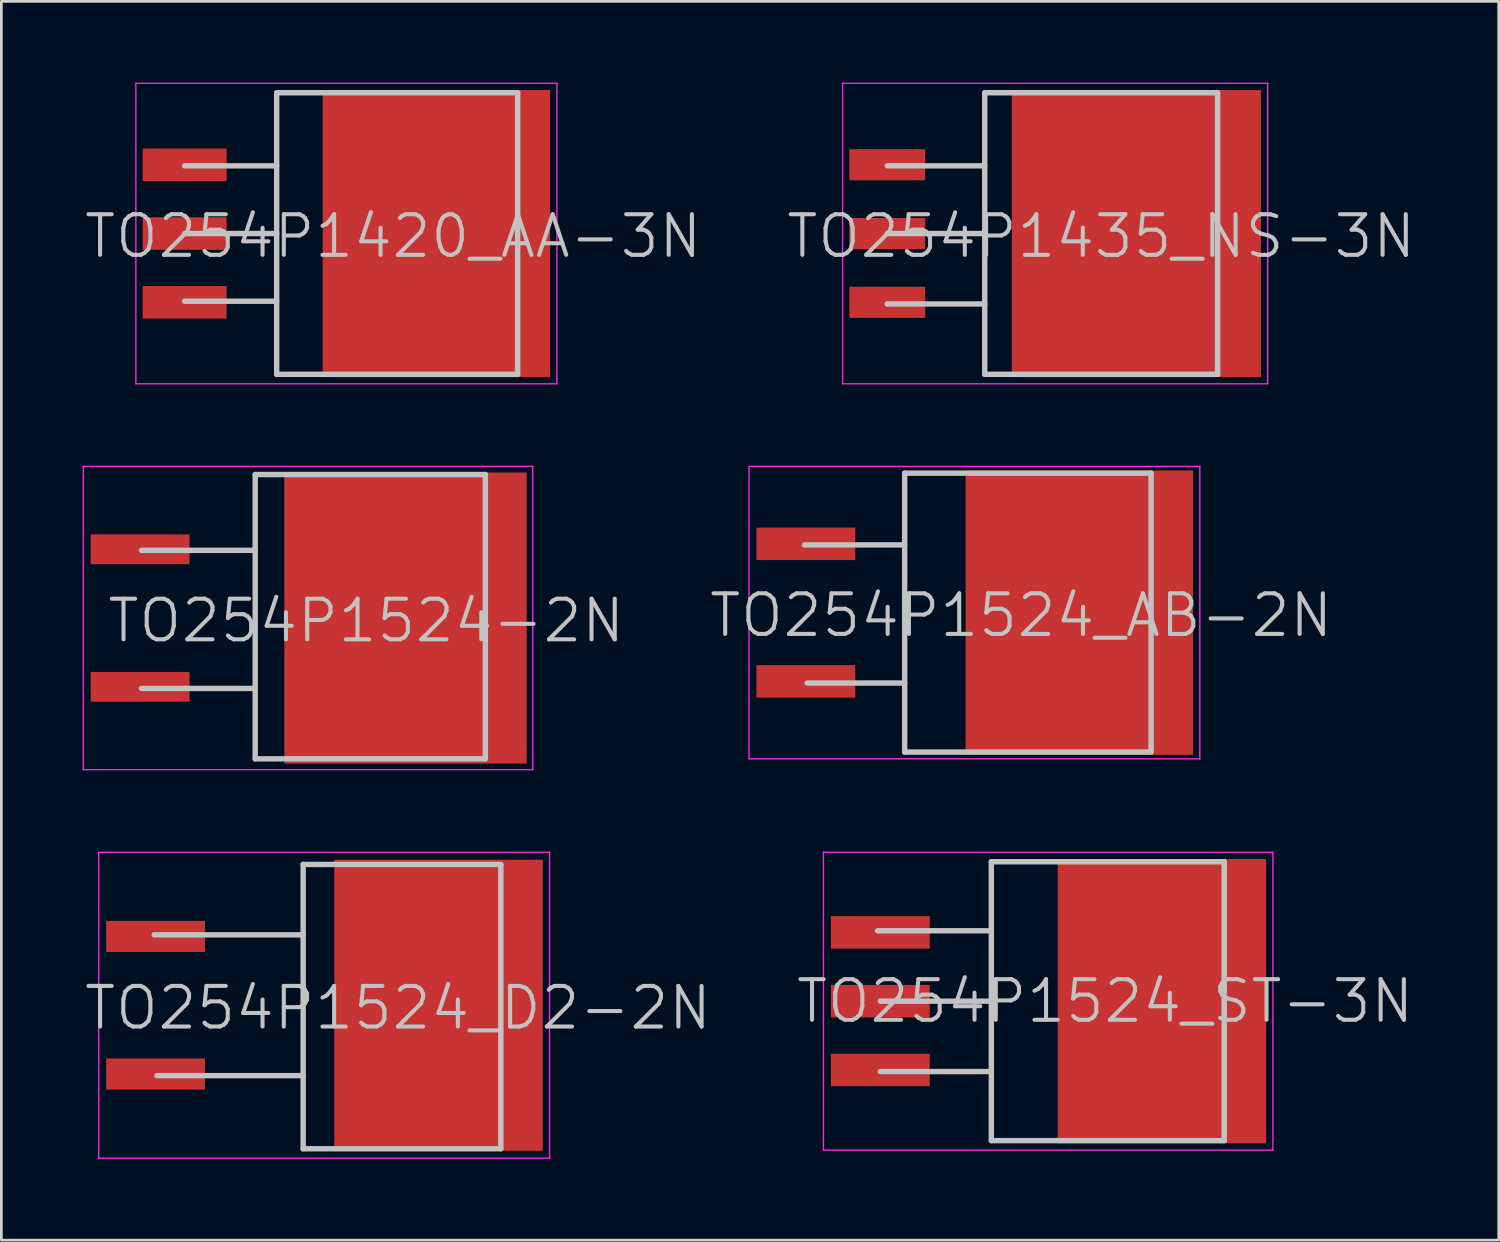
<source format=kicad_pcb>
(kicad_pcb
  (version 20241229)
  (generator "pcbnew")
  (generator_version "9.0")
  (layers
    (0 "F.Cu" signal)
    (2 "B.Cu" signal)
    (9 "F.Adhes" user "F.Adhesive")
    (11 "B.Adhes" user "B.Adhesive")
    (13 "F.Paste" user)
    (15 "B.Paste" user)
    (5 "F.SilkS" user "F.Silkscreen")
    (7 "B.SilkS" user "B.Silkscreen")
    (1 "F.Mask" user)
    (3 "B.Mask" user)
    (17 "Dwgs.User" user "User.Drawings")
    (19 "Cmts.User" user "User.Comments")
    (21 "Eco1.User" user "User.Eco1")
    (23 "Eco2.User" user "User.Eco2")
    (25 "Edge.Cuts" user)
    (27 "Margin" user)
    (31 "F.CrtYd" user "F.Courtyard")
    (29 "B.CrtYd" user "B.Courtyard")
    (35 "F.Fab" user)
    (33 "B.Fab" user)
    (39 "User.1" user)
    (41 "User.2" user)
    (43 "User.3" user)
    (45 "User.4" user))
  (footprint "TO254P1524_ST-3N"
    (layer "F.Cu")
    (at 35.661 33.925)
    (property "Reference" "TO254P1524_ST-3N" (at 2.1 0 180) (layer "Dwgs.User") (effects (font (size 1.5 1.5) (thickness 0.15))))
    (attr smd)
    (fp_line (start -6.3 -2.6) (end -2.1 -2.6) (stroke (width 0.2) (type solid)) (layer "Dwgs.User"))
    (fp_line (start -6.2 0) (end -2.1 0) (stroke (width 0.2) (type solid)) (layer "Dwgs.User"))
    (fp_line (start -6.2 2.6) (end -2.1 2.6) (stroke (width 0.2) (type solid)) (layer "Dwgs.User"))
    (fp_line (start -2.1 -5.15) (end -2.1 5.15) (stroke (width 0.2) (type solid)) (layer "Dwgs.User"))
    (fp_line (start -2.1 -5.15) (end 6.5 -5.15) (stroke (width 0.2) (type solid)) (layer "Dwgs.User"))
    (fp_line (start -2.1 5.15) (end 6.5 5.15) (stroke (width 0.2) (type solid)) (layer "Dwgs.User"))
    (fp_line (start 6.5 -5.15) (end 6.5 5.15) (stroke (width 0.2) (type solid)) (layer "Dwgs.User"))
    (fp_line (start -8.3 -5.5) (end -8.3 5.5) (stroke (width 0.05) (type solid)) (layer "F.CrtYd"))
    (fp_line (start 8.3 -5.5) (end -8.3 -5.5) (stroke (width 0.05) (type solid)) (layer "F.CrtYd"))
    (fp_line (start 8.3 -5.5) (end 8.3 5.5) (stroke (width 0.05) (type solid)) (layer "F.CrtYd"))
    (fp_line (start 8.3 5.5) (end -8.3 5.5) (stroke (width 0.05) (type solid)) (layer "F.CrtYd"))
    (pad "1" smd rect (at -6.2 -2.54 270) (size 1.2 3.65) (layers "F.Cu" "F.Mask" "F.Paste"))
    (pad "2" smd rect (at -6.2 0 270) (size 1.2 3.65) (layers "F.Cu" "F.Mask" "F.Paste"))
    (pad "3" smd rect (at -6.2 2.54 270) (size 1.2 3.65) (layers "F.Cu" "F.Mask" "F.Paste"))
    (pad "4" smd rect (at 4.2 0 270) (size 10.5 7.7) (layers "F.Cu" "F.Mask" "F.Paste")))
  (footprint "TO254P1524_D2-2N"
    (layer "F.Cu")
    (at 8.946 34.075)
    (property "Reference" "TO254P1524_D2-2N" (at 2.7 0.1 180) (layer "Dwgs.User") (effects (font (size 1.5 1.5) (thickness 0.15))))
    (attr smd)
    (fp_line (start -6.3 -2.6) (end -0.8 -2.6) (stroke (width 0.2) (type solid)) (layer "Dwgs.User"))
    (fp_line (start -6.2 2.6) (end -0.8 2.6) (stroke (width 0.2) (type solid)) (layer "Dwgs.User"))
    (fp_line (start -0.8 -5.2) (end -0.8 5.3) (stroke (width 0.2) (type solid)) (layer "Dwgs.User"))
    (fp_line (start -0.8 -5.2) (end 6.5 -5.2) (stroke (width 0.2) (type solid)) (layer "Dwgs.User"))
    (fp_line (start -0.8 5.3) (end 6.5 5.3) (stroke (width 0.2) (type solid)) (layer "Dwgs.User"))
    (fp_line (start 6.5 -5.2) (end 6.5 5.3) (stroke (width 0.2) (type solid)) (layer "Dwgs.User"))
    (fp_line (start -8.35 -5.65) (end -8.35 5.65) (stroke (width 0.05) (type solid)) (layer "F.CrtYd"))
    (fp_line (start 8.3 -5.65) (end -8.35 -5.65) (stroke (width 0.05) (type solid)) (layer "F.CrtYd"))
    (fp_line (start 8.3 -5.65) (end 8.3 5.65) (stroke (width 0.05) (type solid)) (layer "F.CrtYd"))
    (fp_line (start 8.3 5.65) (end -8.35 5.65) (stroke (width 0.05) (type solid)) (layer "F.CrtYd"))
    (pad "1" smd rect (at -6.25 -2.54 270) (size 1.15 3.65) (layers "F.Cu" "F.Mask" "F.Paste"))
    (pad "3" smd rect (at -6.25 2.54 270) (size 1.15 3.65) (layers "F.Cu" "F.Mask" "F.Paste"))
    (pad "4" smd rect (at 4.2 0 270) (size 10.75 7.7) (layers "F.Cu" "F.Mask" "F.Paste")))
  (footprint "TO254P1524-2N"
    (layer "F.Cu")
    (at 8.375 19.775)
    (property "Reference" "TO254P1524-2N" (at 2.1 0.1 180) (layer "Dwgs.User") (effects (font (size 1.5 1.5) (thickness 0.15))))
    (attr smd)
    (fp_line (start -6.2 -2.5) (end -2 -2.5) (stroke (width 0.2) (type solid)) (layer "Dwgs.User"))
    (fp_line (start -6.2 2.6) (end -2 2.6) (stroke (width 0.2) (type solid)) (layer "Dwgs.User"))
    (fp_line (start -2 -5.3) (end -2 5.2) (stroke (width 0.2) (type solid)) (layer "Dwgs.User"))
    (fp_line (start -2 -5.3) (end 6.5 -5.3) (stroke (width 0.2) (type solid)) (layer "Dwgs.User"))
    (fp_line (start -2 5.2) (end 6.5 5.2) (stroke (width 0.2) (type solid)) (layer "Dwgs.User"))
    (fp_line (start 6.5 -5.3) (end 6.5 5.2) (stroke (width 0.2) (type solid)) (layer "Dwgs.User"))
    (fp_line (start -8.35 -5.6) (end -8.35 5.6) (stroke (width 0.05) (type solid)) (layer "F.CrtYd"))
    (fp_line (start 8.25 -5.6) (end -8.35 -5.6) (stroke (width 0.05) (type solid)) (layer "F.CrtYd"))
    (fp_line (start 8.25 -5.6) (end 8.25 5.6) (stroke (width 0.05) (type solid)) (layer "F.CrtYd"))
    (fp_line (start 8.25 5.6) (end -8.35 5.6) (stroke (width 0.05) (type solid)) (layer "F.CrtYd"))
    (pad "1" smd rect (at -6.25 -2.54 270) (size 1.1 3.65) (layers "F.Cu" "F.Mask" "F.Paste"))
    (pad "3" smd rect (at -6.25 2.54 270) (size 1.1 3.65) (layers "F.Cu" "F.Mask" "F.Paste"))
    (pad "4" smd rect (at 3.55 0 270) (size 10.75 8.95) (layers "F.Cu" "F.Mask" "F.Paste")))
  (footprint "TO254P1435_NS-3N"
    (layer "F.Cu")
    (at 35.918 5.575)
    (property "Reference" "TO254P1435_NS-3N" (at 1.7 0.1 180) (layer "Dwgs.User") (effects (font (size 1.5 1.5) (thickness 0.15))))
    (attr smd)
    (fp_line (start -6.2 -2.5) (end -2.6 -2.5) (stroke (width 0.2) (type solid)) (layer "Dwgs.User"))
    (fp_line (start -6.2 0) (end -2.6 0) (stroke (width 0.2) (type solid)) (layer "Dwgs.User"))
    (fp_line (start -6.2 2.6) (end -2.6 2.6) (stroke (width 0.2) (type solid)) (layer "Dwgs.User"))
    (fp_line (start -2.6 -5.2) (end -2.6 5.2) (stroke (width 0.2) (type solid)) (layer "Dwgs.User"))
    (fp_line (start -2.6 -5.2) (end 6 -5.2) (stroke (width 0.2) (type solid)) (layer "Dwgs.User"))
    (fp_line (start -2.6 5.2) (end 6 5.2) (stroke (width 0.2) (type solid)) (layer "Dwgs.User"))
    (fp_line (start 6 -5.2) (end 6 5.2) (stroke (width 0.2) (type solid)) (layer "Dwgs.User"))
    (fp_line (start -7.85 -5.55) (end -7.85 5.55) (stroke (width 0.05) (type solid)) (layer "F.CrtYd"))
    (fp_line (start 7.85 -5.55) (end -7.85 -5.55) (stroke (width 0.05) (type solid)) (layer "F.CrtYd"))
    (fp_line (start 7.85 -5.55) (end 7.85 5.55) (stroke (width 0.05) (type solid)) (layer "F.CrtYd"))
    (fp_line (start 7.85 5.55) (end -7.85 5.55) (stroke (width 0.05) (type solid)) (layer "F.CrtYd"))
    (pad "1" smd rect (at -6.2 -2.54 270) (size 1.15 2.8) (layers "F.Cu" "F.Mask" "F.Paste"))
    (pad "2" smd rect (at -6.2 0 270) (size 1.15 2.8) (layers "F.Cu" "F.Mask" "F.Paste"))
    (pad "3" smd rect (at -6.2 2.54 270) (size 1.15 2.8) (layers "F.Cu" "F.Mask" "F.Paste"))
    (pad "4" smd rect (at 3 0 270) (size 10.6 9.2) (layers "F.Cu" "F.Mask" "F.Paste")))
  (footprint "TO254P1524_AB-2N"
    (layer "F.Cu")
    (at 32.961 19.575)
    (property "Reference" "TO254P1524_AB-2N" (at 1.7 0.1 180) (layer "Dwgs.User") (effects (font (size 1.5 1.5) (thickness 0.15))))
    (attr smd)
    (fp_line (start -6.3 -2.5) (end -2.6 -2.5) (stroke (width 0.2) (type solid)) (layer "Dwgs.User"))
    (fp_line (start -6.2 2.6) (end -2.6 2.6) (stroke (width 0.2) (type solid)) (layer "Dwgs.User"))
    (fp_line (start -2.6 -5.15) (end -2.6 5.15) (stroke (width 0.2) (type solid)) (layer "Dwgs.User"))
    (fp_line (start -2.6 -5.15) (end 6.5 -5.15) (stroke (width 0.2) (type solid)) (layer "Dwgs.User"))
    (fp_line (start -2.6 5.15) (end 6.5 5.15) (stroke (width 0.2) (type solid)) (layer "Dwgs.User"))
    (fp_line (start 6.5 -5.15) (end 6.5 5.15) (stroke (width 0.2) (type solid)) (layer "Dwgs.User"))
    (fp_line (start -8.35 -5.4) (end -8.35 5.4) (stroke (width 0.05) (type solid)) (layer "F.CrtYd"))
    (fp_line (start 8.3 -5.4) (end -8.35 -5.4) (stroke (width 0.05) (type solid)) (layer "F.CrtYd"))
    (fp_line (start 8.3 -5.4) (end 8.3 5.4) (stroke (width 0.05) (type solid)) (layer "F.CrtYd"))
    (fp_line (start 8.3 5.4) (end -8.35 5.4) (stroke (width 0.05) (type solid)) (layer "F.CrtYd"))
    (pad "1" smd rect (at -6.25 -2.54 270) (size 1.2 3.65) (layers "F.Cu" "F.Mask" "F.Paste"))
    (pad "3" smd rect (at -6.25 2.54 270) (size 1.2 3.65) (layers "F.Cu" "F.Mask" "F.Paste"))
    (pad "4" smd rect (at 3.85 0 270) (size 10.5 8.4) (layers "F.Cu" "F.Mask" "F.Paste")))
  (footprint "TO254P1420_AA-3N"
    (layer "F.Cu")
    (at 9.768 5.575)
    (property "Reference" "TO254P1420_AA-3N" (at 1.7 0.1 180) (layer "Dwgs.User") (effects (font (size 1.5 1.5) (thickness 0.15))))
    (attr smd)
    (fp_line (start -6 -2.5) (end -2.6 -2.5) (stroke (width 0.2) (type solid)) (layer "Dwgs.User"))
    (fp_line (start -6 0) (end -2.6 0) (stroke (width 0.2) (type solid)) (layer "Dwgs.User"))
    (fp_line (start -6 2.5) (end -2.6 2.5) (stroke (width 0.2) (type solid)) (layer "Dwgs.User"))
    (fp_line (start -2.6 -5.2) (end -2.6 5.2) (stroke (width 0.2) (type solid)) (layer "Dwgs.User"))
    (fp_line (start -2.6 -5.2) (end 6.3 -5.2) (stroke (width 0.2) (type solid)) (layer "Dwgs.User"))
    (fp_line (start -2.6 5.2) (end 6.3 5.2) (stroke (width 0.2) (type solid)) (layer "Dwgs.User"))
    (fp_line (start 6.3 -5.2) (end 6.3 5.2) (stroke (width 0.2) (type solid)) (layer "Dwgs.User"))
    (fp_line (start -7.8 -5.55) (end -7.8 5.55) (stroke (width 0.05) (type solid)) (layer "F.CrtYd"))
    (fp_line (start 7.75 -5.55) (end -7.8 -5.55) (stroke (width 0.05) (type solid)) (layer "F.CrtYd"))
    (fp_line (start 7.75 -5.55) (end 7.75 5.55) (stroke (width 0.05) (type solid)) (layer "F.CrtYd"))
    (fp_line (start 7.75 5.55) (end -7.8 5.55) (stroke (width 0.05) (type solid)) (layer "F.CrtYd"))
    (pad "1" smd rect (at -6 -2.54 270) (size 1.2 3.1) (layers "F.Cu" "F.Mask" "F.Paste"))
    (pad "2" smd rect (at -6 0 270) (size 1.2 3.1) (layers "F.Cu" "F.Mask" "F.Paste"))
    (pad "3" smd rect (at -6 2.54 270) (size 1.2 3.1) (layers "F.Cu" "F.Mask" "F.Paste"))
    (pad "4" smd rect (at 3.3 0 270) (size 10.6 8.4) (layers "F.Cu" "F.Mask" "F.Paste")))
  (gr_rect
    (start -3 -3)
    (end 52.3 42.75)
    (stroke (width 0.1) (type default))
    (fill no)
    (layer "Edge.Cuts")))
</source>
